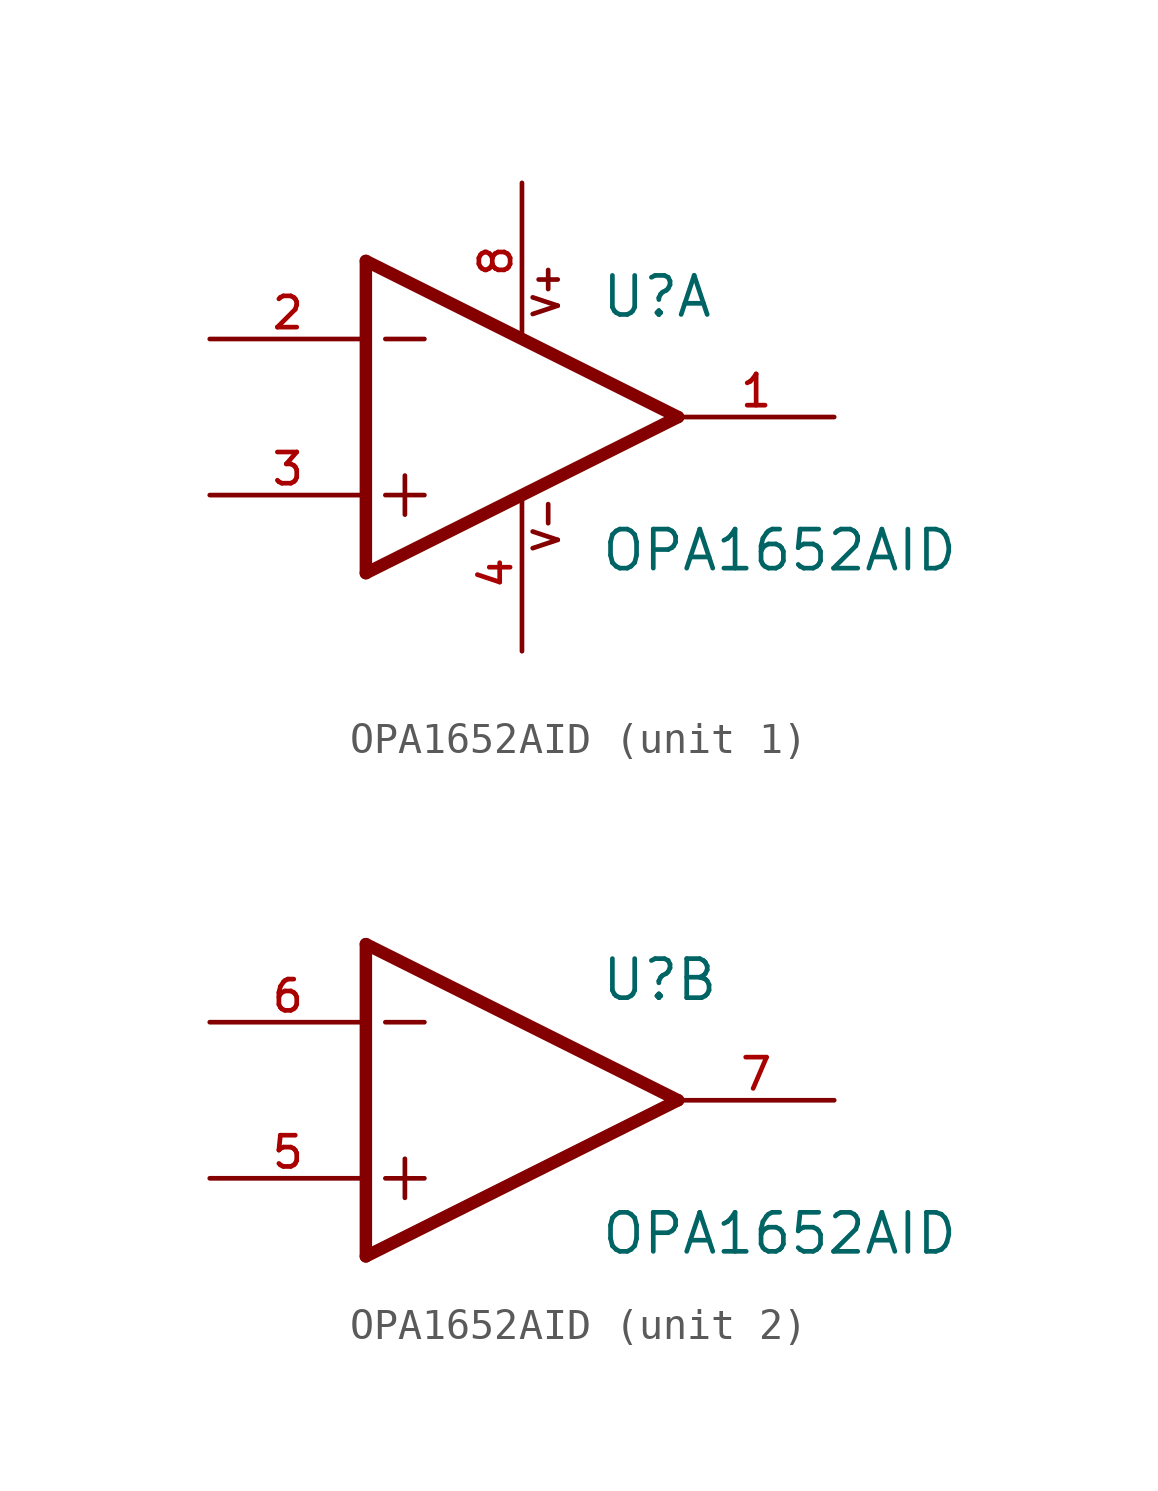
<source format=kicad_sym>
(kicad_symbol_lib
  (version 20241209)
  (generator "kicad_symbol_editor")
  (generator_version "9.0")
  (symbol "OPA1652AID"
    (pin_names
      (offset 1.016))
    (property "Reference" "U"
      (at 5.08 3.175 0)
      (effects (font (size 1.27 1.27)) (justify left bottom)))
    (property "Value" "OPA1652AID"
      (at 5.08 -5.08 0)
      (effects (font (size 1.27 1.27)) (justify left bottom)))
    (symbol "OPA1652AID_1_0"
      (polyline (pts (xy -2.54 5.08) (xy -2.54 -5.08)) (stroke (width 0.406) (type default)) (fill (type none)))
      (polyline (pts (xy -2.54 -5.08) (xy 7.62 0)) (stroke (width 0.406) (type default)) (fill (type none)))
      (polyline (pts (xy -1.905 2.54) (xy -0.635 2.54)) (stroke (width 0.152) (type default)) (fill (type none)))
      (polyline (pts (xy -1.905 -2.54) (xy -0.635 -2.54)) (stroke (width 0.152) (type default)) (fill (type none)))
      (polyline (pts (xy -1.27 -1.905) (xy -1.27 -3.175)) (stroke (width 0.152) (type default)) (fill (type none)))
      (polyline (pts (xy 7.62 0) (xy -2.54 5.08)) (stroke (width 0.406) (type default)) (fill (type none)))
      (text "V+" (at 3.81 3.175 900) (effects (font (size 0.813 0.813)) (justify left bottom)))
      (text "V-" (at 3.81 -4.445 900) (effects (font (size 0.813 0.813)) (justify left bottom)))
      (pin input line (at -7.62 2.54 0) (length 5.08) (name "~" (effects (font (size 1.016 1.016)))) (number "2" (effects (font (size 1.016 1.016)))))
      (pin input line (at -7.62 -2.54 0) (length 5.08) (name "~" (effects (font (size 1.016 1.016)))) (number "3" (effects (font (size 1.016 1.016)))))
      (pin power_in line (at 2.54 7.62 270) (length 5.08) (name "~" (effects (font (size 1.016 1.016)))) (number "8" (effects (font (size 1.016 1.016)))))
      (pin power_in line (at 2.54 -7.62 90) (length 5.08) (name "~" (effects (font (size 1.016 1.016)))) (number "4" (effects (font (size 1.016 1.016)))))
      (pin output line (at 12.7 0 180) (length 5.08) (name "~" (effects (font (size 1.016 1.016)))) (number "1" (effects (font (size 1.016 1.016))))))
    (symbol "OPA1652AID_2_0"
      (polyline (pts (xy -2.54 5.08) (xy -2.54 -5.08)) (stroke (width 0.406) (type default)) (fill (type none)))
      (polyline (pts (xy -2.54 -5.08) (xy 7.62 0)) (stroke (width 0.406) (type default)) (fill (type none)))
      (polyline (pts (xy -1.905 2.54) (xy -0.635 2.54)) (stroke (width 0.152) (type default)) (fill (type none)))
      (polyline (pts (xy -1.905 -2.54) (xy -0.635 -2.54)) (stroke (width 0.152) (type default)) (fill (type none)))
      (polyline (pts (xy -1.27 -1.905) (xy -1.27 -3.175)) (stroke (width 0.152) (type default)) (fill (type none)))
      (polyline (pts (xy 7.62 0) (xy -2.54 5.08)) (stroke (width 0.406) (type default)) (fill (type none)))
      (pin input line (at -7.62 2.54 0) (length 5.08) (name "~" (effects (font (size 1.016 1.016)))) (number "6" (effects (font (size 1.016 1.016)))))
      (pin input line (at -7.62 -2.54 0) (length 5.08) (name "~" (effects (font (size 1.016 1.016)))) (number "5" (effects (font (size 1.016 1.016)))))
      (pin output line (at 12.7 0 180) (length 5.08) (name "~" (effects (font (size 1.016 1.016)))) (number "7" (effects (font (size 1.016 1.016))))))))
</source>
